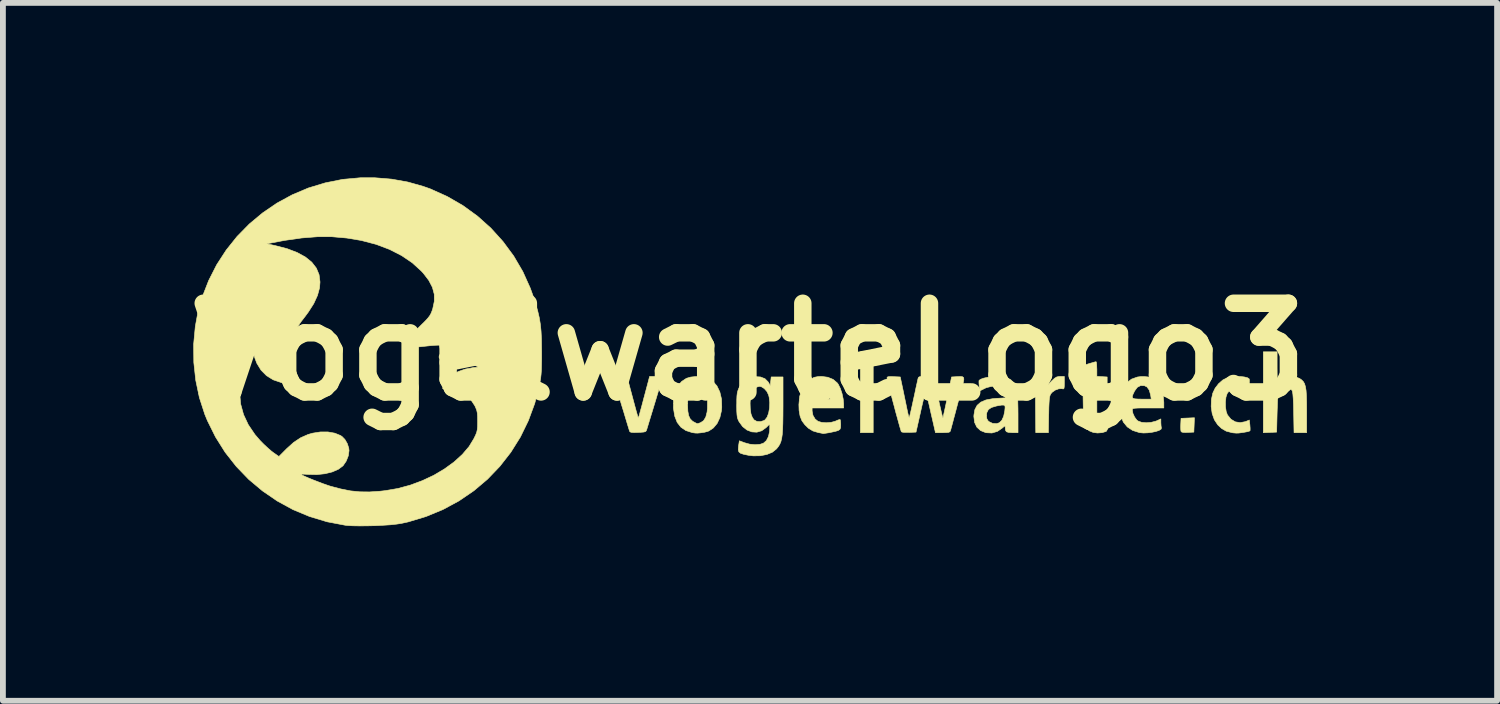
<source format=kicad_pcb>
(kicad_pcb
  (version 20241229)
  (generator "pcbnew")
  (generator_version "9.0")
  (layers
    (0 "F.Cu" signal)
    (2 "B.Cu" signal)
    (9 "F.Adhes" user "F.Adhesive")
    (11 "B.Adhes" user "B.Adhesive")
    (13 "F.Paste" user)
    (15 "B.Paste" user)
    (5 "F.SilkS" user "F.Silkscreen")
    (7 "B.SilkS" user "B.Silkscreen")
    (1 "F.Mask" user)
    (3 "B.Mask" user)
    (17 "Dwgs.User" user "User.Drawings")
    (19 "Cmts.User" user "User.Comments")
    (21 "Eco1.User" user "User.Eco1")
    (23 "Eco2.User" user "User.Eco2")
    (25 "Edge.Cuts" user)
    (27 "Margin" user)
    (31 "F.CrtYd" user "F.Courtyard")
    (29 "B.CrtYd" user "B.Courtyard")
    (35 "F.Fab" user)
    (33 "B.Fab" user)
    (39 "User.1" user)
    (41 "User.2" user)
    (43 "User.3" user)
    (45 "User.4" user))
  (footprint "VogelwarteLogo3"
    (layer "F.Cu")
    (at 9.841 2.997)
    (property "Reference" "VogelwarteLogo3" (at 0 0 0) (layer "F.SilkS") (effects (font (size 1.524 1.524) (thickness 0.3))))
    (attr through_hole)
    (fp_poly (pts (xy 2.117 1.389) (xy 1.897 1.389) (xy 1.897 0) (xy 2.117 0) (xy 2.117 1.389)) (stroke (width 0.01) (type solid)) (fill yes) (layer "F.SilkS"))
    (fp_poly (pts (xy 7.633 1.257) (xy 7.628 1.38) (xy 7.522 1.385) (xy 7.459 1.386) (xy 7.422 1.38) (xy 7.407 1.366) (xy 7.403 1.337) (xy 7.402 1.287) (xy 7.403 1.243) (xy 7.408 1.143) (xy 7.638 1.133) (xy 7.633 1.257)) (stroke (width 0.01) (type solid)) (fill yes) (layer "F.SilkS"))
    (fp_poly (pts (xy -5.204 0.015) (xy -5.173 0.045) (xy -5.165 0.079) (xy -5.178 0.129) (xy -5.211 0.161) (xy -5.255 0.17) (xy -5.3 0.155) (xy -5.327 0.127) (xy -5.345 0.094) (xy -5.342 0.068) (xy -5.327 0.042) (xy -5.291 0.011) (xy -5.246 0.003) (xy -5.204 0.015)) (stroke (width 0.01) (type solid)) (fill yes) (layer "F.SilkS"))
    (fp_poly (pts (xy 5.402 0.534) (xy 5.401 0.593) (xy 5.397 0.625) (xy 5.388 0.637) (xy 5.37 0.636) (xy 5.362 0.634) (xy 5.308 0.635) (xy 5.247 0.657) (xy 5.194 0.694) (xy 5.17 0.722) (xy 5.159 0.743) (xy 5.15 0.772) (xy 5.144 0.812) (xy 5.14 0.87) (xy 5.136 0.951) (xy 5.134 1.059) (xy 5.133 1.079) (xy 5.128 1.389) (xy 4.911 1.389) (xy 4.907 0.965) (xy 4.906 0.846) (xy 4.906 0.735) (xy 4.905 0.638) (xy 4.904 0.56) (xy 4.903 0.507) (xy 4.903 0.487) (xy 4.902 0.432) (xy 5.105 0.432) (xy 5.11 0.501) (xy 5.116 0.57) (xy 5.189 0.496) (xy 5.235 0.454) (xy 5.271 0.432) (xy 5.31 0.424) (xy 5.332 0.423) (xy 5.402 0.423) (xy 5.402 0.534)) (stroke (width 0.01) (type solid)) (fill yes) (layer "F.SilkS"))
    (fp_poly (pts (xy 5.954 0.185) (xy 5.958 0.226) (xy 5.96 0.284) (xy 5.961 0.295) (xy 5.961 0.422) (xy 6.138 0.432) (xy 6.138 0.601) (xy 5.961 0.611) (xy 5.961 0.898) (xy 5.961 1.003) (xy 5.962 1.079) (xy 5.964 1.131) (xy 5.968 1.165) (xy 5.975 1.185) (xy 5.985 1.197) (xy 5.997 1.204) (xy 6.039 1.214) (xy 6.089 1.214) (xy 6.09 1.214) (xy 6.147 1.204) (xy 6.147 1.279) (xy 6.142 1.334) (xy 6.125 1.364) (xy 6.117 1.369) (xy 6.052 1.389) (xy 5.972 1.395) (xy 5.9 1.386) (xy 5.833 1.359) (xy 5.781 1.319) (xy 5.732 1.268) (xy 5.727 0.939) (xy 5.721 0.61) (xy 5.571 0.61) (xy 5.571 0.423) (xy 5.722 0.423) (xy 5.727 0.328) (xy 5.732 0.233) (xy 5.834 0.201) (xy 5.889 0.185) (xy 5.93 0.173) (xy 5.948 0.17) (xy 5.954 0.185)) (stroke (width 0.01) (type solid)) (fill yes) (layer "F.SilkS"))
    (fp_poly (pts (xy 9.059 0.275) (xy 9.06 0.376) (xy 9.061 0.448) (xy 9.063 0.494) (xy 9.066 0.518) (xy 9.072 0.525) (xy 9.081 0.518) (xy 9.086 0.512) (xy 9.138 0.465) (xy 9.21 0.434) (xy 9.292 0.422) (xy 9.375 0.43) (xy 9.446 0.458) (xy 9.481 0.483) (xy 9.51 0.512) (xy 9.531 0.549) (xy 9.546 0.599) (xy 9.557 0.666) (xy 9.563 0.753) (xy 9.566 0.866) (xy 9.567 1.008) (xy 9.567 1.012) (xy 9.567 1.389) (xy 9.35 1.389) (xy 9.344 1.046) (xy 9.341 0.908) (xy 9.336 0.802) (xy 9.33 0.727) (xy 9.322 0.68) (xy 9.317 0.665) (xy 9.278 0.627) (xy 9.225 0.611) (xy 9.168 0.619) (xy 9.117 0.649) (xy 9.098 0.673) (xy 9.087 0.694) (xy 9.079 0.723) (xy 9.072 0.765) (xy 9.067 0.826) (xy 9.064 0.91) (xy 9.06 1.021) (xy 9.059 1.049) (xy 9.051 1.38) (xy 8.822 1.39) (xy 8.822 0) (xy 9.059 0) (xy 9.059 0.275)) (stroke (width 0.01) (type solid)) (fill yes) (layer "F.SilkS"))
    (fp_poly (pts (xy 8.427 0.424) (xy 8.496 0.432) (xy 8.549 0.445) (xy 8.578 0.464) (xy 8.58 0.468) (xy 8.583 0.499) (xy 8.58 0.547) (xy 8.578 0.565) (xy 8.567 0.639) (xy 8.496 0.614) (xy 8.404 0.597) (xy 8.321 0.61) (xy 8.251 0.652) (xy 8.201 0.716) (xy 8.18 0.779) (xy 8.171 0.861) (xy 8.172 0.947) (xy 8.184 1.027) (xy 8.205 1.084) (xy 8.265 1.158) (xy 8.34 1.203) (xy 8.424 1.217) (xy 8.514 1.2) (xy 8.524 1.196) (xy 8.581 1.172) (xy 8.591 1.257) (xy 8.595 1.309) (xy 8.595 1.346) (xy 8.593 1.356) (xy 8.579 1.364) (xy 8.545 1.373) (xy 8.486 1.384) (xy 8.399 1.396) (xy 8.356 1.397) (xy 8.299 1.392) (xy 8.279 1.388) (xy 8.184 1.363) (xy 8.106 1.318) (xy 8.039 1.255) (xy 7.981 1.168) (xy 7.943 1.061) (xy 7.926 0.941) (xy 7.93 0.817) (xy 7.954 0.709) (xy 7.994 0.625) (xy 8.054 0.547) (xy 8.126 0.484) (xy 8.202 0.445) (xy 8.206 0.444) (xy 8.274 0.43) (xy 8.35 0.424) (xy 8.427 0.424)) (stroke (width 0.01) (type solid)) (fill yes) (layer "F.SilkS"))
    (fp_poly (pts (xy -0.836 0.427) (xy -0.754 0.442) (xy -0.732 0.45) (xy -0.641 0.505) (xy -0.569 0.586) (xy -0.519 0.69) (xy -0.49 0.812) (xy -0.486 0.95) (xy -0.491 1.011) (xy -0.518 1.129) (xy -0.565 1.23) (xy -0.63 1.308) (xy -0.709 1.361) (xy -0.777 1.381) (xy -0.849 1.392) (xy -0.9 1.397) (xy -0.94 1.396) (xy -0.981 1.39) (xy -0.994 1.388) (xy -1.103 1.353) (xy -1.188 1.295) (xy -1.252 1.213) (xy -1.294 1.106) (xy -1.316 0.972) (xy -1.317 0.961) (xy -1.316 0.914) (xy -1.073 0.914) (xy -1.069 1.019) (xy -1.055 1.096) (xy -1.028 1.153) (xy -0.985 1.195) (xy -0.923 1.228) (xy -0.904 1.235) (xy -0.889 1.231) (xy -0.854 1.219) (xy -0.853 1.219) (xy -0.799 1.184) (xy -0.761 1.123) (xy -0.738 1.034) (xy -0.732 0.972) (xy -0.731 0.838) (xy -0.746 0.733) (xy -0.777 0.657) (xy -0.825 0.61) (xy -0.889 0.593) (xy -0.895 0.593) (xy -0.962 0.603) (xy -1.011 0.635) (xy -1.046 0.692) (xy -1.066 0.776) (xy -1.073 0.889) (xy -1.073 0.914) (xy -1.316 0.914) (xy -1.315 0.822) (xy -1.29 0.698) (xy -1.243 0.593) (xy -1.177 0.511) (xy -1.093 0.455) (xy -1.02 0.434) (xy -0.929 0.424) (xy -0.836 0.427)) (stroke (width 0.01) (type solid)) (fill yes) (layer "F.SilkS"))
    (fp_poly (pts (xy -2.092 0.512) (xy -2.079 0.56) (xy -2.06 0.632) (xy -2.036 0.721) (xy -2.01 0.818) (xy -1.998 0.863) (xy -1.974 0.952) (xy -1.953 1.029) (xy -1.936 1.088) (xy -1.926 1.123) (xy -1.922 1.131) (xy -1.915 1.121) (xy -1.903 1.087) (xy -1.897 1.064) (xy -1.885 1.019) (xy -1.866 0.951) (xy -1.844 0.868) (xy -1.821 0.78) (xy -1.82 0.779) (xy -1.797 0.691) (xy -1.775 0.609) (xy -1.757 0.541) (xy -1.745 0.496) (xy -1.745 0.495) (xy -1.726 0.423) (xy -1.616 0.423) (xy -1.561 0.425) (xy -1.521 0.431) (xy -1.507 0.438) (xy -1.512 0.458) (xy -1.525 0.507) (xy -1.549 0.586) (xy -1.581 0.695) (xy -1.623 0.835) (xy -1.675 1.006) (xy -1.737 1.209) (xy -1.776 1.338) (xy -1.785 1.359) (xy -1.8 1.372) (xy -1.829 1.379) (xy -1.879 1.383) (xy -1.926 1.385) (xy -1.995 1.387) (xy -2.038 1.384) (xy -2.06 1.377) (xy -2.071 1.364) (xy -2.072 1.36) (xy -2.079 1.336) (xy -2.095 1.284) (xy -2.117 1.212) (xy -2.144 1.122) (xy -2.174 1.022) (xy -2.207 0.916) (xy -2.239 0.809) (xy -2.27 0.707) (xy -2.298 0.615) (xy -2.321 0.539) (xy -2.338 0.484) (xy -2.346 0.454) (xy -2.347 0.453) (xy -2.348 0.437) (xy -2.335 0.428) (xy -2.302 0.424) (xy -2.242 0.423) (xy -2.237 0.423) (xy -2.118 0.423) (xy -2.092 0.512)) (stroke (width 0.01) (type solid)) (fill yes) (layer "F.SilkS"))
    (fp_poly (pts (xy 1.337 0.437) (xy 1.428 0.474) (xy 1.498 0.533) (xy 1.516 0.557) (xy 1.551 0.627) (xy 1.581 0.716) (xy 1.601 0.81) (xy 1.609 0.893) (xy 1.609 0.965) (xy 1.067 0.965) (xy 1.067 1.017) (xy 1.081 1.091) (xy 1.119 1.155) (xy 1.168 1.194) (xy 1.231 1.213) (xy 1.311 1.219) (xy 1.394 1.212) (xy 1.465 1.193) (xy 1.477 1.187) (xy 1.518 1.17) (xy 1.545 1.164) (xy 1.549 1.165) (xy 1.554 1.186) (xy 1.557 1.229) (xy 1.558 1.254) (xy 1.556 1.304) (xy 1.545 1.332) (xy 1.521 1.349) (xy 1.511 1.353) (xy 1.477 1.364) (xy 1.424 1.376) (xy 1.363 1.389) (xy 1.307 1.398) (xy 1.266 1.404) (xy 1.253 1.404) (xy 1.233 1.399) (xy 1.192 1.391) (xy 1.174 1.388) (xy 1.081 1.36) (xy 1.004 1.313) (xy 0.944 1.255) (xy 0.892 1.185) (xy 0.86 1.104) (xy 0.843 1.006) (xy 0.84 0.906) (xy 0.853 0.769) (xy 1.067 0.769) (xy 1.067 0.813) (xy 1.376 0.813) (xy 1.367 0.733) (xy 1.348 0.665) (xy 1.312 0.612) (xy 1.265 0.581) (xy 1.236 0.576) (xy 1.172 0.591) (xy 1.118 0.633) (xy 1.081 0.694) (xy 1.067 0.767) (xy 1.067 0.769) (xy 0.853 0.769) (xy 0.854 0.763) (xy 0.891 0.644) (xy 0.953 0.548) (xy 0.984 0.517) (xy 1.046 0.467) (xy 1.104 0.438) (xy 1.172 0.425) (xy 1.232 0.423) (xy 1.337 0.437)) (stroke (width 0.01) (type solid)) (fill yes) (layer "F.SilkS"))
    (fp_poly (pts (xy 6.845 0.432) (xy 6.881 0.439) (xy 6.956 0.481) (xy 7.02 0.551) (xy 7.069 0.642) (xy 7.101 0.75) (xy 7.112 0.867) (xy 7.112 0.965) (xy 6.841 0.965) (xy 6.74 0.965) (xy 6.667 0.966) (xy 6.619 0.969) (xy 6.59 0.973) (xy 6.576 0.98) (xy 6.571 0.991) (xy 6.57 0.999) (xy 6.581 1.059) (xy 6.61 1.122) (xy 6.648 1.173) (xy 6.671 1.19) (xy 6.731 1.212) (xy 6.811 1.219) (xy 6.895 1.212) (xy 6.973 1.192) (xy 6.989 1.186) (xy 7.061 1.153) (xy 7.061 1.219) (xy 7.064 1.268) (xy 7.069 1.305) (xy 7.071 1.309) (xy 7.063 1.331) (xy 7.029 1.351) (xy 6.974 1.369) (xy 6.907 1.383) (xy 6.834 1.392) (xy 6.762 1.395) (xy 6.698 1.389) (xy 6.693 1.388) (xy 6.576 1.351) (xy 6.484 1.29) (xy 6.416 1.207) (xy 6.373 1.1) (xy 6.353 0.969) (xy 6.353 0.87) (xy 6.367 0.774) (xy 6.569 0.774) (xy 6.579 0.797) (xy 6.612 0.808) (xy 6.673 0.812) (xy 6.733 0.813) (xy 6.896 0.813) (xy 6.885 0.741) (xy 6.861 0.657) (xy 6.823 0.604) (xy 6.779 0.582) (xy 6.713 0.58) (xy 6.657 0.609) (xy 6.611 0.671) (xy 6.608 0.677) (xy 6.58 0.735) (xy 6.569 0.774) (xy 6.367 0.774) (xy 6.373 0.734) (xy 6.414 0.621) (xy 6.476 0.532) (xy 6.557 0.469) (xy 6.658 0.433) (xy 6.713 0.426) (xy 6.781 0.426) (xy 6.845 0.432)) (stroke (width 0.01) (type solid)) (fill yes) (layer "F.SilkS"))
    (fp_poly (pts (xy 4.34 0.429) (xy 4.419 0.446) (xy 4.48 0.479) (xy 4.525 0.522) (xy 4.551 0.56) (xy 4.571 0.607) (xy 4.586 0.667) (xy 4.596 0.744) (xy 4.602 0.844) (xy 4.605 0.97) (xy 4.606 1.068) (xy 4.606 1.389) (xy 4.506 1.389) (xy 4.443 1.385) (xy 4.406 1.373) (xy 4.39 1.346) (xy 4.386 1.299) (xy 4.384 1.278) (xy 4.374 1.277) (xy 4.349 1.298) (xy 4.339 1.307) (xy 4.253 1.367) (xy 4.158 1.395) (xy 4.057 1.39) (xy 4.049 1.388) (xy 3.962 1.353) (xy 3.898 1.294) (xy 3.86 1.214) (xy 3.847 1.112) (xy 3.848 1.094) (xy 4.064 1.094) (xy 4.069 1.147) (xy 4.089 1.183) (xy 4.109 1.201) (xy 4.17 1.23) (xy 4.238 1.234) (xy 4.285 1.219) (xy 4.327 1.178) (xy 4.359 1.109) (xy 4.379 1.015) (xy 4.379 1.009) (xy 4.384 0.959) (xy 4.381 0.929) (xy 4.364 0.916) (xy 4.327 0.915) (xy 4.265 0.925) (xy 4.232 0.932) (xy 4.15 0.956) (xy 4.096 0.993) (xy 4.069 1.047) (xy 4.064 1.094) (xy 3.848 1.094) (xy 3.848 1.088) (xy 3.864 0.994) (xy 3.903 0.92) (xy 3.966 0.865) (xy 4.055 0.827) (xy 4.172 0.805) (xy 4.234 0.8) (xy 4.389 0.791) (xy 4.377 0.73) (xy 4.36 0.677) (xy 4.332 0.632) (xy 4.331 0.631) (xy 4.284 0.603) (xy 4.217 0.591) (xy 4.139 0.596) (xy 4.059 0.617) (xy 4.027 0.632) (xy 3.949 0.671) (xy 3.939 0.587) (xy 3.935 0.536) (xy 3.935 0.5) (xy 3.938 0.49) (xy 3.965 0.471) (xy 4.018 0.452) (xy 4.088 0.437) (xy 4.165 0.427) (xy 4.237 0.423) (xy 4.34 0.429)) (stroke (width 0.01) (type solid)) (fill yes) (layer "F.SilkS"))
    (fp_poly (pts (xy 0.179 0.432) (xy 0.257 0.462) (xy 0.313 0.519) (xy 0.323 0.536) (xy 0.347 0.582) (xy 0.364 0.432) (xy 0.567 0.432) (xy 0.567 0.931) (xy 0.566 1.094) (xy 0.564 1.227) (xy 0.56 1.335) (xy 0.554 1.42) (xy 0.544 1.487) (xy 0.531 1.541) (xy 0.513 1.585) (xy 0.491 1.622) (xy 0.463 1.658) (xy 0.455 1.668) (xy 0.384 1.725) (xy 0.29 1.764) (xy 0.178 1.786) (xy 0.055 1.788) (xy -0.027 1.778) (xy -0.109 1.761) (xy -0.162 1.744) (xy -0.192 1.719) (xy -0.202 1.682) (xy -0.198 1.627) (xy -0.193 1.59) (xy -0.183 1.529) (xy -0.096 1.562) (xy -0.006 1.587) (xy 0.086 1.596) (xy 0.171 1.59) (xy 0.231 1.57) (xy 0.281 1.526) (xy 0.317 1.456) (xy 0.336 1.368) (xy 0.339 1.322) (xy 0.339 1.24) (xy 0.275 1.303) (xy 0.2 1.357) (xy 0.117 1.381) (xy 0.031 1.376) (xy -0.052 1.344) (xy -0.127 1.285) (xy -0.188 1.201) (xy -0.191 1.196) (xy -0.207 1.162) (xy -0.218 1.127) (xy -0.224 1.082) (xy -0.228 1.02) (xy -0.229 0.934) (xy -0.229 0.914) (xy -0.228 0.884) (xy 0.001 0.884) (xy 0.004 0.975) (xy 0.014 1.053) (xy 0.018 1.072) (xy 0.038 1.124) (xy 0.065 1.165) (xy 0.069 1.169) (xy 0.117 1.196) (xy 0.178 1.2) (xy 0.237 1.182) (xy 0.258 1.169) (xy 0.294 1.122) (xy 0.32 1.052) (xy 0.335 0.966) (xy 0.339 0.873) (xy 0.329 0.782) (xy 0.319 0.742) (xy 0.29 0.682) (xy 0.245 0.631) (xy 0.195 0.6) (xy 0.162 0.593) (xy 0.109 0.608) (xy 0.06 0.648) (xy 0.024 0.705) (xy 0.018 0.725) (xy 0.006 0.795) (xy 0.001 0.884) (xy -0.228 0.884) (xy -0.228 0.823) (xy -0.225 0.757) (xy -0.219 0.708) (xy -0.209 0.668) (xy -0.193 0.627) (xy -0.184 0.608) (xy -0.134 0.524) (xy -0.075 0.468) (xy 0.002 0.437) (xy 0.079 0.426) (xy 0.179 0.432)) (stroke (width 0.01) (type solid)) (fill yes) (layer "F.SilkS"))
    (fp_poly (pts (xy 3.649 0.427) (xy 3.669 0.44) (xy 3.675 0.469) (xy 3.667 0.519) (xy 3.648 0.595) (xy 3.639 0.63) (xy 3.614 0.724) (xy 3.586 0.828) (xy 3.557 0.936) (xy 3.529 1.043) (xy 3.502 1.143) (xy 3.479 1.23) (xy 3.46 1.3) (xy 3.448 1.345) (xy 3.444 1.359) (xy 3.434 1.375) (xy 3.411 1.384) (xy 3.367 1.388) (xy 3.311 1.389) (xy 3.187 1.389) (xy 3.153 1.24) (xy 3.135 1.161) (xy 3.112 1.063) (xy 3.089 0.96) (xy 3.072 0.885) (xy 3.054 0.808) (xy 3.037 0.745) (xy 3.024 0.703) (xy 3.016 0.687) (xy 3.016 0.687) (xy 3.009 0.706) (xy 2.997 0.753) (xy 2.98 0.822) (xy 2.959 0.91) (xy 2.936 1.01) (xy 2.93 1.038) (xy 2.853 1.38) (xy 2.732 1.385) (xy 2.671 1.385) (xy 2.625 1.382) (xy 2.602 1.375) (xy 2.601 1.375) (xy 2.594 1.354) (xy 2.579 1.305) (xy 2.559 1.234) (xy 2.535 1.146) (xy 2.507 1.046) (xy 2.479 0.939) (xy 2.45 0.832) (xy 2.423 0.728) (xy 2.398 0.633) (xy 2.378 0.552) (xy 2.363 0.491) (xy 2.355 0.455) (xy 2.354 0.449) (xy 2.359 0.434) (xy 2.38 0.427) (xy 2.423 0.425) (xy 2.468 0.427) (xy 2.582 0.432) (xy 2.636 0.686) (xy 2.656 0.784) (xy 2.676 0.879) (xy 2.693 0.962) (xy 2.706 1.023) (xy 2.709 1.039) (xy 2.721 1.089) (xy 2.731 1.122) (xy 2.736 1.13) (xy 2.742 1.112) (xy 2.754 1.066) (xy 2.77 0.997) (xy 2.789 0.912) (xy 2.81 0.814) (xy 2.811 0.811) (xy 2.833 0.71) (xy 2.852 0.619) (xy 2.869 0.543) (xy 2.881 0.488) (xy 2.887 0.461) (xy 2.894 0.441) (xy 2.908 0.43) (xy 2.936 0.425) (xy 2.987 0.425) (xy 3.027 0.427) (xy 3.158 0.432) (xy 3.234 0.792) (xy 3.256 0.897) (xy 3.277 0.987) (xy 3.294 1.06) (xy 3.307 1.111) (xy 3.314 1.135) (xy 3.316 1.136) (xy 3.321 1.115) (xy 3.331 1.066) (xy 3.347 0.994) (xy 3.366 0.905) (xy 3.387 0.803) (xy 3.393 0.775) (xy 3.464 0.432) (xy 3.554 0.427) (xy 3.612 0.424) (xy 3.649 0.427)) (stroke (width 0.01) (type solid)) (fill yes) (layer "F.SilkS"))
    (fp_poly (pts (xy -6.452 -2.992) (xy -6.159 -2.968) (xy -5.884 -2.919) (xy -5.621 -2.845) (xy -5.496 -2.801) (xy -5.207 -2.671) (xy -4.936 -2.515) (xy -4.684 -2.332) (xy -4.453 -2.125) (xy -4.246 -1.896) (xy -4.062 -1.647) (xy -3.905 -1.379) (xy -3.777 -1.095) (xy -3.727 -0.956) (xy -3.682 -0.817) (xy -3.648 -0.696) (xy -3.622 -0.585) (xy -3.604 -0.475) (xy -3.592 -0.358) (xy -3.585 -0.227) (xy -3.583 -0.073) (xy -3.582 -0.008) (xy -3.582 0.124) (xy -3.584 0.229) (xy -3.586 0.314) (xy -3.591 0.384) (xy -3.598 0.448) (xy -3.608 0.51) (xy -3.62 0.573) (xy -3.7 0.886) (xy -3.81 1.183) (xy -3.947 1.464) (xy -4.111 1.726) (xy -4.3 1.968) (xy -4.512 2.189) (xy -4.746 2.387) (xy -5.001 2.561) (xy -5.275 2.709) (xy -5.567 2.83) (xy -5.875 2.923) (xy -5.989 2.948) (xy -6.072 2.961) (xy -6.181 2.973) (xy -6.307 2.981) (xy -6.443 2.988) (xy -6.581 2.991) (xy -6.714 2.992) (xy -6.832 2.99) (xy -6.928 2.984) (xy -6.96 2.98) (xy -7.27 2.921) (xy -7.569 2.831) (xy -7.855 2.712) (xy -8.126 2.564) (xy -8.38 2.39) (xy -8.616 2.192) (xy -8.83 1.97) (xy -9.021 1.727) (xy -9.187 1.463) (xy -9.327 1.181) (xy -9.371 1.074) (xy -9.464 0.787) (xy -9.48 0.711) (xy -8.771 0.711) (xy -8.755 0.897) (xy -8.705 1.079) (xy -8.623 1.254) (xy -8.509 1.422) (xy -8.42 1.525) (xy -8.355 1.591) (xy -8.287 1.654) (xy -8.226 1.707) (xy -8.189 1.735) (xy -8.097 1.799) (xy -7.964 1.665) (xy -7.843 1.556) (xy -7.722 1.476) (xy -7.595 1.42) (xy -7.517 1.398) (xy -7.383 1.377) (xy -7.255 1.377) (xy -7.137 1.398) (xy -7.039 1.438) (xy -7.013 1.455) (xy -6.963 1.506) (xy -6.922 1.577) (xy -6.897 1.654) (xy -6.892 1.697) (xy -6.905 1.788) (xy -6.941 1.879) (xy -6.993 1.955) (xy -6.996 1.959) (xy -7.075 2.018) (xy -7.18 2.064) (xy -7.305 2.095) (xy -7.445 2.11) (xy -7.594 2.107) (xy -7.595 2.107) (xy -7.656 2.103) (xy -7.7 2.102) (xy -7.721 2.104) (xy -7.721 2.105) (xy -7.699 2.119) (xy -7.651 2.141) (xy -7.585 2.17) (xy -7.506 2.202) (xy -7.423 2.234) (xy -7.342 2.265) (xy -7.268 2.291) (xy -7.214 2.309) (xy -7.032 2.357) (xy -6.866 2.39) (xy -6.706 2.406) (xy -6.541 2.408) (xy -6.36 2.396) (xy -6.271 2.386) (xy -6.054 2.349) (xy -5.839 2.291) (xy -5.632 2.214) (xy -5.434 2.121) (xy -5.252 2.013) (xy -5.087 1.893) (xy -4.945 1.764) (xy -4.829 1.628) (xy -4.748 1.495) (xy -4.717 1.432) (xy -4.698 1.384) (xy -4.688 1.339) (xy -4.683 1.284) (xy -4.682 1.21) (xy -4.682 1.194) (xy -4.683 1.112) (xy -4.687 1.053) (xy -4.697 1.006) (xy -4.714 0.962) (xy -4.73 0.927) (xy -4.8 0.821) (xy -4.893 0.739) (xy -5.008 0.682) (xy -5.141 0.651) (xy -5.167 0.648) (xy -5.225 0.643) (xy -5.266 0.637) (xy -5.283 0.632) (xy -5.283 0.632) (xy -5.275 0.608) (xy -5.254 0.568) (xy -5.226 0.52) (xy -5.197 0.477) (xy -5.189 0.466) (xy -5.117 0.397) (xy -5.017 0.34) (xy -4.896 0.297) (xy -4.757 0.271) (xy -4.707 0.267) (xy -4.685 0.264) (xy -4.682 0.258) (xy -4.699 0.246) (xy -4.742 0.228) (xy -4.812 0.201) (xy -4.829 0.195) (xy -4.909 0.164) (xy -4.964 0.139) (xy -5 0.118) (xy -5.024 0.095) (xy -5.039 0.071) (xy -5.097 -0.007) (xy -5.175 -0.068) (xy -5.253 -0.103) (xy -5.294 -0.111) (xy -5.341 -0.115) (xy -5.402 -0.113) (xy -5.483 -0.107) (xy -5.589 -0.096) (xy -5.625 -0.092) (xy -5.681 -0.086) (xy -5.717 -0.09) (xy -5.743 -0.105) (xy -5.764 -0.124) (xy -5.797 -0.169) (xy -5.808 -0.225) (xy -5.808 -0.238) (xy -5.807 -0.268) (xy -5.8 -0.294) (xy -5.783 -0.323) (xy -5.753 -0.358) (xy -5.706 -0.407) (xy -5.65 -0.463) (xy -5.584 -0.528) (xy -5.538 -0.578) (xy -5.506 -0.619) (xy -5.484 -0.658) (xy -5.466 -0.702) (xy -5.453 -0.741) (xy -5.426 -0.869) (xy -5.427 -0.99) (xy -5.459 -1.109) (xy -5.521 -1.228) (xy -5.615 -1.351) (xy -5.65 -1.389) (xy -5.805 -1.53) (xy -5.988 -1.654) (xy -6.195 -1.76) (xy -6.425 -1.847) (xy -6.673 -1.912) (xy -6.68 -1.914) (xy -6.932 -1.956) (xy -7.182 -1.978) (xy -7.439 -1.978) (xy -7.707 -1.957) (xy -7.994 -1.916) (xy -8.069 -1.902) (xy -8.306 -1.857) (xy -8.162 -1.826) (xy -7.957 -1.773) (xy -7.784 -1.707) (xy -7.643 -1.63) (xy -7.533 -1.541) (xy -7.454 -1.439) (xy -7.407 -1.326) (xy -7.391 -1.2) (xy -7.399 -1.099) (xy -7.434 -0.97) (xy -7.498 -0.83) (xy -7.591 -0.684) (xy -7.645 -0.611) (xy -7.713 -0.523) (xy -7.762 -0.451) (xy -7.798 -0.386) (xy -7.826 -0.319) (xy -7.848 -0.25) (xy -7.877 -0.092) (xy -7.874 0.073) (xy -7.84 0.242) (xy -7.786 0.389) (xy -7.761 0.447) (xy -7.75 0.482) (xy -7.75 0.502) (xy -7.761 0.516) (xy -7.766 0.52) (xy -7.8 0.532) (xy -7.858 0.54) (xy -7.919 0.542) (xy -8.063 0.526) (xy -8.195 0.481) (xy -8.31 0.41) (xy -8.405 0.314) (xy -8.477 0.196) (xy -8.511 0.106) (xy -8.538 0.014) (xy -8.58 0.076) (xy -8.652 0.205) (xy -8.71 0.355) (xy -8.751 0.512) (xy -8.77 0.667) (xy -8.771 0.711) (xy -9.48 0.711) (xy -9.527 0.487) (xy -9.56 0.18) (xy -9.563 -0.129) (xy -9.534 -0.437) (xy -9.498 -0.635) (xy -9.417 -0.937) (xy -9.305 -1.224) (xy -9.167 -1.496) (xy -9.003 -1.749) (xy -8.816 -1.983) (xy -8.606 -2.197) (xy -8.377 -2.388) (xy -8.131 -2.556) (xy -7.868 -2.699) (xy -7.591 -2.816) (xy -7.301 -2.904) (xy -7.002 -2.964) (xy -6.694 -2.992) (xy -6.452 -2.992)) (stroke (width 0.01) (type solid)) (fill yes) (layer "F.SilkS")))
  (gr_rect
    (start -3 -3)
    (end 22.681 8.994)
    (stroke (width 0.1) (type default))
    (fill no)
    (layer "Edge.Cuts")))
</source>
